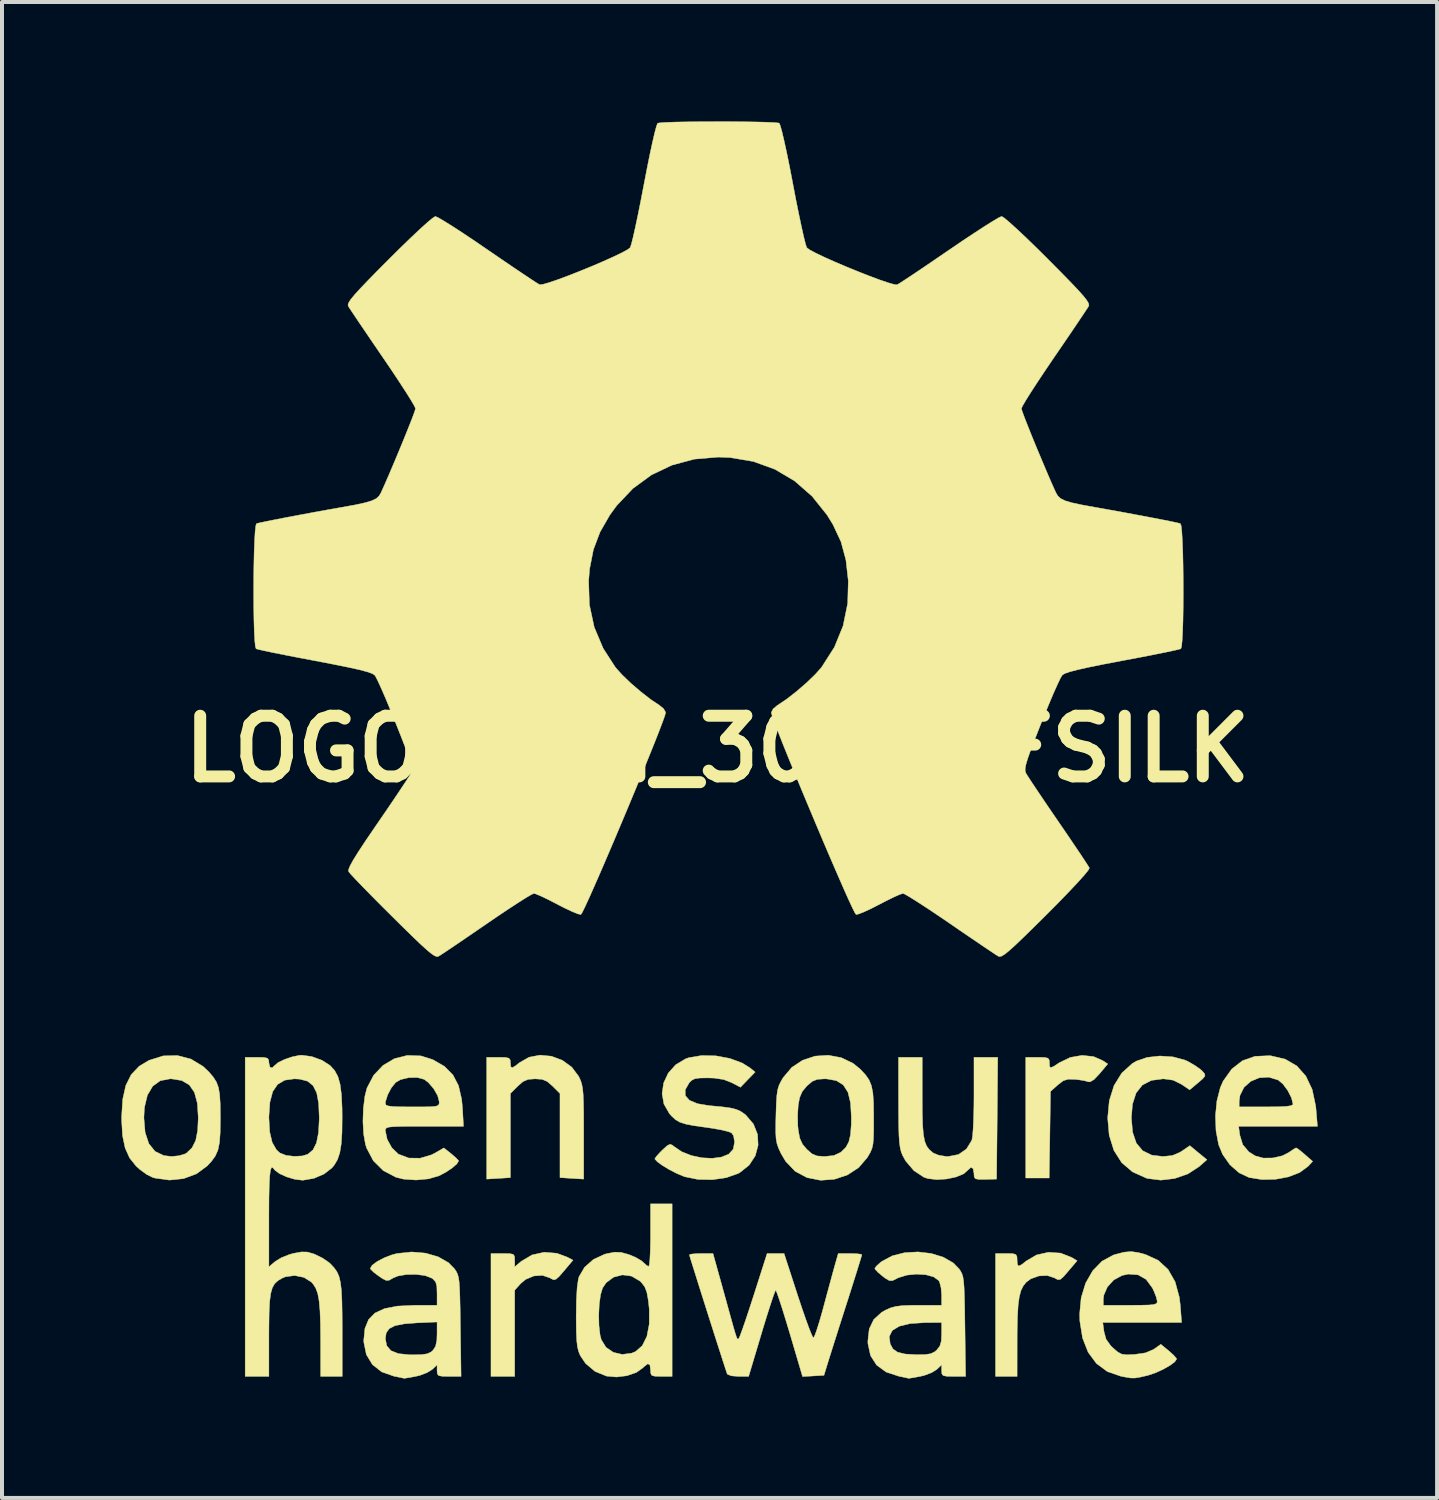
<source format=kicad_pcb>
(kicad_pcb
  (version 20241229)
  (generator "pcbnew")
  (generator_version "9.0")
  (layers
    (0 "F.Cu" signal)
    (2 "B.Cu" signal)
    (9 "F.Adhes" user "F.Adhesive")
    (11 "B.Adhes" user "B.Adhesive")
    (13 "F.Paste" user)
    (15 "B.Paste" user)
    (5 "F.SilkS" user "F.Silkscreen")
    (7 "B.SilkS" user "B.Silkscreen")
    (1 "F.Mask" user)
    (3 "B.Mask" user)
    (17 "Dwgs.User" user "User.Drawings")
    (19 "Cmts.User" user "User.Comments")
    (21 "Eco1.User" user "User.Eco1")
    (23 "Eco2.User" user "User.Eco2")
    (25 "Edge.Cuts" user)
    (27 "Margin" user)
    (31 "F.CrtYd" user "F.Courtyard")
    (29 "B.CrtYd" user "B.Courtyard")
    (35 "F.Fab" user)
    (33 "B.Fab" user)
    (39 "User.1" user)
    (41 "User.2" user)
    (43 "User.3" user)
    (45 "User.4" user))
  (footprint "LOGO_OSH_30MM_FSILK"
    (layer "F.Cu")
    (at 14.969 15.762)
    (property "Reference" "LOGO_OSH_30MM_FSILK" (at 0 0 0) (layer "F.SilkS") (effects (font (size 1.524 1.524) (thickness 0.3))))
    (attr through_hole)
    (fp_poly (pts (xy -4.032 12.667) (xy -3.778 12.761) (xy -3.626 12.84) (xy -3.85 13.106) (xy -3.973 13.248) (xy -4.053 13.319) (xy -4.114 13.333) (xy -4.182 13.301) (xy -4.205 13.286) (xy -4.394 13.222) (xy -4.61 13.237) (xy -4.819 13.325) (xy -4.942 13.429) (xy -5.091 13.595) (xy -5.091 15.76) (xy -5.687 15.76) (xy -5.687 12.673) (xy -5.389 12.673) (xy -5.218 12.676) (xy -5.13 12.693) (xy -5.096 12.741) (xy -5.091 12.834) (xy -5.091 12.84) (xy -5.091 13.007) (xy -4.926 12.869) (xy -4.656 12.709) (xy -4.35 12.641) (xy -4.032 12.667)) (stroke (width 0.01) (type solid)) (fill yes) (layer "F.SilkS"))
    (fp_poly (pts (xy 9.449 7.727) (xy 9.674 7.825) (xy 9.805 7.911) (xy 9.602 8.154) (xy 9.46 8.304) (xy 9.358 8.363) (xy 9.316 8.359) (xy 9.214 8.331) (xy 9.054 8.306) (xy 8.983 8.299) (xy 8.811 8.295) (xy 8.688 8.333) (xy 8.557 8.433) (xy 8.55 8.439) (xy 8.367 8.602) (xy 8.351 9.69) (xy 8.334 10.777) (xy 7.745 10.777) (xy 7.745 7.745) (xy 8.042 7.745) (xy 8.213 7.748) (xy 8.302 7.767) (xy 8.335 7.812) (xy 8.34 7.88) (xy 8.345 7.973) (xy 8.372 8.005) (xy 8.445 7.975) (xy 8.584 7.883) (xy 8.587 7.881) (xy 8.864 7.748) (xy 9.161 7.696) (xy 9.449 7.727)) (stroke (width 0.01) (type solid)) (fill yes) (layer "F.SilkS"))
    (fp_poly (pts (xy 8.621 12.663) (xy 8.891 12.768) (xy 9.036 12.854) (xy 8.817 13.112) (xy 8.696 13.252) (xy 8.618 13.321) (xy 8.556 13.332) (xy 8.487 13.298) (xy 8.468 13.286) (xy 8.291 13.227) (xy 8.078 13.236) (xy 7.874 13.308) (xy 7.76 13.391) (xy 7.683 13.486) (xy 7.625 13.604) (xy 7.583 13.762) (xy 7.554 13.975) (xy 7.538 14.258) (xy 7.53 14.625) (xy 7.529 14.853) (xy 7.528 15.76) (xy 6.986 15.76) (xy 6.986 12.673) (xy 7.257 12.673) (xy 7.417 12.676) (xy 7.497 12.698) (xy 7.525 12.755) (xy 7.528 12.835) (xy 7.536 12.952) (xy 7.571 12.988) (xy 7.653 12.945) (xy 7.753 12.864) (xy 8.015 12.71) (xy 8.315 12.642) (xy 8.621 12.663)) (stroke (width 0.01) (type solid)) (fill yes) (layer "F.SilkS"))
    (fp_poly (pts (xy -4.167 7.718) (xy -3.894 7.82) (xy -3.658 7.991) (xy -3.483 8.225) (xy -3.473 8.246) (xy -3.434 8.332) (xy -3.406 8.422) (xy -3.385 8.533) (xy -3.371 8.681) (xy -3.363 8.882) (xy -3.359 9.153) (xy -3.358 9.511) (xy -3.358 9.644) (xy -3.358 10.804) (xy -3.656 10.786) (xy -3.954 10.767) (xy -3.954 8.654) (xy -4.138 8.47) (xy -4.274 8.352) (xy -4.403 8.298) (xy -4.576 8.286) (xy -4.753 8.299) (xy -4.882 8.354) (xy -5.015 8.47) (xy -5.199 8.654) (xy -5.199 10.767) (xy -5.497 10.786) (xy -5.795 10.804) (xy -5.795 9.275) (xy -5.795 7.745) (xy -5.497 7.745) (xy -5.326 7.748) (xy -5.238 7.767) (xy -5.204 7.812) (xy -5.199 7.88) (xy -5.19 7.981) (xy -5.151 8.006) (xy -5.065 7.955) (xy -4.975 7.882) (xy -4.732 7.743) (xy -4.455 7.69) (xy -4.167 7.718)) (stroke (width 0.01) (type solid)) (fill yes) (layer "F.SilkS"))
    (fp_poly (pts (xy 11.444 7.734) (xy 11.742 7.814) (xy 11.819 7.849) (xy 11.989 7.947) (xy 12.133 8.048) (xy 12.181 8.092) (xy 12.24 8.161) (xy 12.246 8.216) (xy 12.19 8.284) (xy 12.075 8.383) (xy 11.862 8.562) (xy 11.659 8.424) (xy 11.447 8.319) (xy 11.205 8.286) (xy 11.195 8.286) (xy 10.9 8.325) (xy 10.674 8.442) (xy 10.517 8.641) (xy 10.426 8.923) (xy 10.398 9.264) (xy 10.429 9.625) (xy 10.522 9.9) (xy 10.682 10.091) (xy 10.909 10.202) (xy 11.19 10.236) (xy 11.424 10.213) (xy 11.617 10.132) (xy 11.667 10.1) (xy 11.867 9.964) (xy 12.081 10.141) (xy 12.296 10.317) (xy 12.1 10.49) (xy 11.819 10.673) (xy 11.485 10.789) (xy 11.134 10.83) (xy 10.802 10.788) (xy 10.777 10.781) (xy 10.428 10.624) (xy 10.155 10.391) (xy 9.959 10.083) (xy 9.841 9.703) (xy 9.803 9.269) (xy 9.844 8.833) (xy 9.963 8.454) (xy 10.157 8.14) (xy 10.42 7.902) (xy 10.525 7.84) (xy 10.795 7.747) (xy 11.115 7.712) (xy 11.444 7.734)) (stroke (width 0.01) (type solid)) (fill yes) (layer "F.SilkS"))
    (fp_poly (pts (xy 5.145 8.749) (xy 5.147 9.148) (xy 5.156 9.455) (xy 5.175 9.684) (xy 5.207 9.852) (xy 5.255 9.973) (xy 5.323 10.065) (xy 5.413 10.141) (xy 5.428 10.151) (xy 5.558 10.204) (xy 5.739 10.234) (xy 5.799 10.236) (xy 6.055 10.187) (xy 6.257 10.047) (xy 6.391 9.828) (xy 6.409 9.729) (xy 6.424 9.543) (xy 6.435 9.289) (xy 6.443 8.989) (xy 6.445 8.716) (xy 6.445 7.745) (xy 7.042 7.745) (xy 7.028 9.275) (xy 7.013 10.804) (xy 6.729 10.811) (xy 6.564 10.812) (xy 6.479 10.794) (xy 6.449 10.744) (xy 6.445 10.662) (xy 6.423 10.542) (xy 6.371 10.508) (xy 6.306 10.566) (xy 6.187 10.671) (xy 5.994 10.751) (xy 5.758 10.801) (xy 5.513 10.817) (xy 5.29 10.791) (xy 5.188 10.758) (xy 4.936 10.592) (xy 4.729 10.349) (xy 4.652 10.209) (xy 4.617 10.122) (xy 4.592 10.021) (xy 4.573 9.888) (xy 4.561 9.707) (xy 4.554 9.462) (xy 4.551 9.136) (xy 4.55 8.868) (xy 4.549 7.745) (xy 5.145 7.745) (xy 5.145 8.749)) (stroke (width 0.01) (type solid)) (fill yes) (layer "F.SilkS"))
    (fp_poly (pts (xy -13.222 7.789) (xy -12.916 7.975) (xy -12.769 8.115) (xy -12.661 8.243) (xy -12.584 8.364) (xy -12.533 8.5) (xy -12.503 8.674) (xy -12.488 8.906) (xy -12.484 9.219) (xy -12.484 9.315) (xy -12.489 9.645) (xy -12.507 9.89) (xy -12.545 10.074) (xy -12.61 10.223) (xy -12.708 10.358) (xy -12.817 10.475) (xy -13.084 10.672) (xy -13.408 10.792) (xy -13.763 10.829) (xy -14.125 10.779) (xy -14.189 10.76) (xy -14.335 10.687) (xy -14.504 10.564) (xy -14.601 10.477) (xy -14.765 10.271) (xy -14.876 10.023) (xy -14.941 9.715) (xy -14.964 9.328) (xy -14.964 9.261) (xy -14.405 9.261) (xy -14.374 9.631) (xy -14.281 9.913) (xy -14.125 10.107) (xy -13.906 10.213) (xy -13.71 10.236) (xy -13.522 10.217) (xy -13.368 10.17) (xy -13.335 10.151) (xy -13.195 10.017) (xy -13.103 9.833) (xy -13.054 9.582) (xy -13.039 9.261) (xy -13.062 8.898) (xy -13.135 8.626) (xy -13.264 8.439) (xy -13.453 8.328) (xy -13.707 8.287) (xy -13.749 8.286) (xy -13.994 8.333) (xy -14.184 8.471) (xy -14.317 8.697) (xy -14.391 9.006) (xy -14.405 9.261) (xy -14.964 9.261) (xy -14.964 9.234) (xy -14.937 8.8) (xy -14.859 8.452) (xy -14.723 8.179) (xy -14.524 7.969) (xy -14.277 7.821) (xy -13.92 7.709) (xy -13.563 7.7) (xy -13.222 7.789)) (stroke (width 0.01) (type solid)) (fill yes) (layer "F.SilkS"))
    (fp_poly (pts (xy 13.907 7.708) (xy 14.263 7.792) (xy 14.555 7.962) (xy 14.781 8.217) (xy 14.94 8.553) (xy 15.028 8.968) (xy 15.037 9.058) (xy 15.072 9.478) (xy 13.092 9.478) (xy 13.122 9.698) (xy 13.195 9.938) (xy 13.35 10.12) (xy 13.508 10.22) (xy 13.71 10.276) (xy 13.954 10.273) (xy 14.192 10.218) (xy 14.353 10.135) (xy 14.464 10.059) (xy 14.532 10.02) (xy 14.537 10.019) (xy 14.591 10.052) (xy 14.695 10.135) (xy 14.758 10.189) (xy 14.952 10.359) (xy 14.833 10.487) (xy 14.625 10.639) (xy 14.344 10.748) (xy 14.019 10.809) (xy 13.678 10.816) (xy 13.357 10.765) (xy 13.105 10.647) (xy 12.875 10.446) (xy 12.691 10.185) (xy 12.59 9.941) (xy 12.524 9.591) (xy 12.51 9.212) (xy 12.546 8.85) (xy 13.106 8.85) (xy 13.106 8.99) (xy 13.783 8.99) (xy 14.083 8.987) (xy 14.287 8.978) (xy 14.407 8.96) (xy 14.456 8.933) (xy 14.459 8.922) (xy 14.42 8.764) (xy 14.327 8.58) (xy 14.205 8.416) (xy 14.088 8.317) (xy 13.849 8.244) (xy 13.611 8.259) (xy 13.397 8.348) (xy 13.227 8.5) (xy 13.126 8.703) (xy 13.106 8.85) (xy 12.546 8.85) (xy 12.547 8.838) (xy 12.632 8.506) (xy 12.704 8.342) (xy 12.92 8.039) (xy 13.187 7.831) (xy 13.503 7.72) (xy 13.871 7.704) (xy 13.907 7.708)) (stroke (width 0.01) (type solid)) (fill yes) (layer "F.SilkS"))
    (fp_poly (pts (xy 10.575 12.65) (xy 10.756 12.699) (xy 11.073 12.845) (xy 11.32 13.073) (xy 11.497 13.383) (xy 11.603 13.771) (xy 11.627 13.974) (xy 11.66 14.406) (xy 9.68 14.406) (xy 9.711 14.636) (xy 9.763 14.826) (xy 9.878 14.987) (xy 9.94 15.048) (xy 10.058 15.149) (xy 10.157 15.201) (xy 10.28 15.217) (xy 10.469 15.209) (xy 10.474 15.209) (xy 10.754 15.168) (xy 10.955 15.083) (xy 10.974 15.07) (xy 11.138 14.953) (xy 11.337 15.117) (xy 11.454 15.221) (xy 11.525 15.301) (xy 11.536 15.323) (xy 11.489 15.394) (xy 11.367 15.485) (xy 11.196 15.582) (xy 11.004 15.67) (xy 10.816 15.733) (xy 10.791 15.739) (xy 10.608 15.781) (xy 10.486 15.801) (xy 10.378 15.799) (xy 10.24 15.776) (xy 10.132 15.755) (xy 9.796 15.639) (xy 9.521 15.436) (xy 9.312 15.153) (xy 9.172 14.796) (xy 9.104 14.371) (xy 9.099 14.191) (xy 9.134 13.818) (xy 9.694 13.818) (xy 9.694 13.973) (xy 10.371 13.973) (xy 10.653 13.971) (xy 10.845 13.966) (xy 10.962 13.954) (xy 11.024 13.932) (xy 11.046 13.899) (xy 11.048 13.876) (xy 11.025 13.772) (xy 10.965 13.619) (xy 10.926 13.537) (xy 10.769 13.324) (xy 10.565 13.208) (xy 10.318 13.19) (xy 10.16 13.226) (xy 9.955 13.338) (xy 9.795 13.514) (xy 9.705 13.722) (xy 9.694 13.818) (xy 9.134 13.818) (xy 9.138 13.781) (xy 9.25 13.415) (xy 9.428 13.105) (xy 9.661 12.866) (xy 9.943 12.713) (xy 9.987 12.698) (xy 10.212 12.64) (xy 10.39 12.624) (xy 10.575 12.65)) (stroke (width 0.01) (type solid)) (fill yes) (layer "F.SilkS"))
    (fp_poly (pts (xy -1.137 15.76) (xy -1.408 15.76) (xy -1.568 15.756) (xy -1.648 15.735) (xy -1.676 15.678) (xy -1.679 15.597) (xy -1.695 15.47) (xy -1.749 15.444) (xy -1.844 15.517) (xy -1.867 15.541) (xy -2.037 15.662) (xy -2.273 15.743) (xy -2.537 15.775) (xy -2.786 15.752) (xy -3.074 15.634) (xy -3.312 15.433) (xy -3.445 15.235) (xy -3.486 15.134) (xy -3.515 15.016) (xy -3.533 14.858) (xy -3.543 14.64) (xy -3.547 14.34) (xy -3.547 14.243) (xy -3.546 14.214) (xy -2.98 14.214) (xy -2.974 14.485) (xy -2.947 14.72) (xy -2.917 14.836) (xy -2.798 15.029) (xy -2.613 15.156) (xy -2.389 15.208) (xy -2.152 15.176) (xy -2.056 15.136) (xy -1.887 14.989) (xy -1.771 14.756) (xy -1.712 14.448) (xy -1.711 14.073) (xy -1.734 13.857) (xy -1.772 13.646) (xy -1.827 13.505) (xy -1.914 13.395) (xy -1.948 13.363) (xy -2.157 13.241) (xy -2.386 13.21) (xy -2.607 13.268) (xy -2.794 13.407) (xy -2.884 13.54) (xy -2.934 13.706) (xy -2.967 13.942) (xy -2.98 14.214) (xy -3.546 14.214) (xy -3.541 13.843) (xy -3.523 13.533) (xy -3.493 13.32) (xy -3.476 13.258) (xy -3.337 13.019) (xy -3.116 12.824) (xy -2.836 12.693) (xy -2.77 12.675) (xy -2.576 12.639) (xy -2.416 12.646) (xy -2.229 12.697) (xy -2.054 12.77) (xy -1.911 12.853) (xy -1.866 12.892) (xy -1.779 12.971) (xy -1.725 12.998) (xy -1.708 12.947) (xy -1.695 12.807) (xy -1.685 12.596) (xy -1.679 12.334) (xy -1.679 12.213) (xy -1.679 11.427) (xy -1.137 11.427) (xy -1.137 15.76)) (stroke (width 0.01) (type solid)) (fill yes) (layer "F.SilkS"))
    (fp_poly (pts (xy 3.109 7.753) (xy 3.41 7.897) (xy 3.593 8.047) (xy 3.72 8.184) (xy 3.81 8.314) (xy 3.869 8.458) (xy 3.905 8.64) (xy 3.922 8.881) (xy 3.926 9.204) (xy 3.926 9.265) (xy 3.926 9.562) (xy 3.921 9.773) (xy 3.908 9.923) (xy 3.883 10.034) (xy 3.842 10.13) (xy 3.782 10.234) (xy 3.763 10.265) (xy 3.547 10.517) (xy 3.264 10.701) (xy 2.938 10.809) (xy 2.592 10.834) (xy 2.251 10.767) (xy 2.248 10.766) (xy 1.952 10.607) (xy 1.714 10.357) (xy 1.597 10.159) (xy 1.537 10.029) (xy 1.497 9.914) (xy 1.474 9.789) (xy 1.465 9.627) (xy 1.466 9.401) (xy 1.471 9.197) (xy 2.015 9.197) (xy 2.02 9.463) (xy 2.03 9.569) (xy 2.069 9.778) (xy 2.138 9.928) (xy 2.247 10.057) (xy 2.377 10.17) (xy 2.502 10.222) (xy 2.675 10.236) (xy 2.695 10.236) (xy 2.924 10.212) (xy 3.093 10.134) (xy 3.111 10.12) (xy 3.225 10.009) (xy 3.3 9.873) (xy 3.344 9.689) (xy 3.363 9.433) (xy 3.365 9.252) (xy 3.345 8.892) (xy 3.28 8.624) (xy 3.163 8.44) (xy 2.99 8.331) (xy 2.753 8.288) (xy 2.69 8.286) (xy 2.51 8.298) (xy 2.383 8.349) (xy 2.252 8.46) (xy 2.247 8.465) (xy 2.132 8.604) (xy 2.066 8.756) (xy 2.03 8.952) (xy 2.015 9.197) (xy 1.471 9.197) (xy 1.471 9.193) (xy 1.48 8.908) (xy 1.493 8.705) (xy 1.514 8.56) (xy 1.549 8.447) (xy 1.602 8.34) (xy 1.652 8.255) (xy 1.868 7.999) (xy 2.142 7.818) (xy 2.454 7.715) (xy 2.784 7.693) (xy 3.109 7.753)) (stroke (width 0.01) (type solid)) (fill yes) (layer "F.SilkS"))
    (fp_poly (pts (xy -7.448 7.709) (xy -7.149 7.803) (xy -6.856 7.972) (xy -6.644 8.185) (xy -6.502 8.456) (xy -6.423 8.801) (xy -6.402 9.031) (xy -6.377 9.478) (xy -7.359 9.478) (xy -7.707 9.478) (xy -7.961 9.481) (xy -8.136 9.487) (xy -8.247 9.498) (xy -8.308 9.517) (xy -8.334 9.544) (xy -8.34 9.582) (xy -8.34 9.588) (xy -8.295 9.804) (xy -8.179 10.015) (xy -8.018 10.172) (xy -8.005 10.18) (xy -7.751 10.275) (xy -7.466 10.279) (xy -7.18 10.194) (xy -7.104 10.155) (xy -6.87 10.021) (xy -6.684 10.169) (xy -6.572 10.265) (xy -6.506 10.334) (xy -6.499 10.348) (xy -6.543 10.421) (xy -6.657 10.521) (xy -6.814 10.627) (xy -6.986 10.719) (xy -7.255 10.798) (xy -7.57 10.827) (xy -7.882 10.805) (xy -8.074 10.758) (xy -8.395 10.589) (xy -8.643 10.342) (xy -8.81 10.025) (xy -8.838 9.939) (xy -8.885 9.677) (xy -8.903 9.359) (xy -8.892 9.026) (xy -8.877 8.907) (xy -8.34 8.907) (xy -8.325 8.942) (xy -8.27 8.966) (xy -8.156 8.981) (xy -7.97 8.988) (xy -7.692 8.99) (xy -7.663 8.99) (xy -7.383 8.99) (xy -7.193 8.986) (xy -7.076 8.975) (xy -7.015 8.954) (xy -6.991 8.92) (xy -6.986 8.869) (xy -6.986 8.863) (xy -7.026 8.708) (xy -7.127 8.532) (xy -7.261 8.377) (xy -7.367 8.298) (xy -7.542 8.252) (xy -7.756 8.256) (xy -7.958 8.305) (xy -8.079 8.375) (xy -8.188 8.509) (xy -8.282 8.687) (xy -8.336 8.857) (xy -8.34 8.907) (xy -8.877 8.907) (xy -8.854 8.721) (xy -8.801 8.515) (xy -8.633 8.195) (xy -8.397 7.947) (xy -8.11 7.778) (xy -7.788 7.697) (xy -7.448 7.709)) (stroke (width 0.01) (type solid)) (fill yes) (layer "F.SilkS"))
    (fp_poly (pts (xy -0.04 7.708) (xy 0.311 7.773) (xy 0.625 7.889) (xy 0.824 8.014) (xy 0.948 8.116) (xy 0.764 8.306) (xy 0.58 8.497) (xy 0.358 8.381) (xy 0.158 8.303) (xy -0.082 8.267) (xy -0.235 8.262) (xy -0.439 8.265) (xy -0.567 8.283) (xy -0.65 8.326) (xy -0.709 8.387) (xy -0.808 8.561) (xy -0.805 8.708) (xy -0.7 8.826) (xy -0.498 8.91) (xy -0.199 8.96) (xy -0.181 8.961) (xy 0.111 8.988) (xy 0.32 9.016) (xy 0.467 9.051) (xy 0.579 9.099) (xy 0.677 9.166) (xy 0.713 9.195) (xy 0.906 9.421) (xy 1.009 9.68) (xy 1.023 9.953) (xy 0.952 10.218) (xy 0.797 10.454) (xy 0.562 10.641) (xy 0.524 10.662) (xy 0.225 10.768) (xy -0.126 10.819) (xy -0.488 10.812) (xy -0.818 10.745) (xy -0.85 10.734) (xy -1.025 10.66) (xy -1.21 10.564) (xy -1.38 10.462) (xy -1.508 10.369) (xy -1.569 10.302) (xy -1.571 10.293) (xy -1.535 10.238) (xy -1.444 10.137) (xy -1.382 10.075) (xy -1.266 9.968) (xy -1.193 9.929) (xy -1.134 9.949) (xy -1.097 9.98) (xy -0.895 10.117) (xy -0.651 10.213) (xy -0.388 10.269) (xy -0.129 10.282) (xy 0.103 10.251) (xy 0.285 10.177) (xy 0.394 10.057) (xy 0.4 10.044) (xy 0.432 9.871) (xy 0.406 9.717) (xy 0.356 9.643) (xy 0.272 9.61) (xy 0.107 9.57) (xy -0.113 9.53) (xy -0.292 9.504) (xy -0.586 9.463) (xy -0.796 9.422) (xy -0.945 9.374) (xy -1.056 9.309) (xy -1.153 9.218) (xy -1.206 9.158) (xy -1.343 8.919) (xy -1.389 8.656) (xy -1.35 8.39) (xy -1.235 8.143) (xy -1.05 7.934) (xy -0.803 7.785) (xy -0.719 7.755) (xy -0.395 7.7) (xy -0.04 7.708)) (stroke (width 0.01) (type solid)) (fill yes) (layer "F.SilkS"))
    (fp_poly (pts (xy -7.329 12.664) (xy -7.012 12.756) (xy -6.753 12.904) (xy -6.602 13.059) (xy -6.561 13.12) (xy -6.529 13.184) (xy -6.505 13.264) (xy -6.488 13.376) (xy -6.476 13.534) (xy -6.468 13.754) (xy -6.461 14.05) (xy -6.456 14.437) (xy -6.455 14.501) (xy -6.438 15.76) (xy -6.739 15.76) (xy -6.911 15.757) (xy -7.001 15.739) (xy -7.035 15.694) (xy -7.041 15.615) (xy -7.041 15.47) (xy -7.165 15.587) (xy -7.291 15.665) (xy -7.473 15.734) (xy -7.579 15.759) (xy -7.739 15.789) (xy -7.847 15.806) (xy -7.874 15.808) (xy -7.925 15.795) (xy -8.049 15.769) (xy -8.124 15.755) (xy -8.431 15.647) (xy -8.665 15.463) (xy -8.817 15.213) (xy -8.88 14.905) (xy -8.882 14.845) (xy -8.878 14.809) (xy -8.34 14.809) (xy -8.306 14.989) (xy -8.199 15.114) (xy -8.01 15.188) (xy -7.73 15.217) (xy -7.656 15.218) (xy -7.434 15.213) (xy -7.29 15.192) (xy -7.195 15.149) (xy -7.149 15.11) (xy -7.08 15.008) (xy -7.047 14.86) (xy -7.041 14.697) (xy -7.041 14.393) (xy -7.547 14.415) (xy -7.868 14.44) (xy -8.095 14.485) (xy -8.241 14.559) (xy -8.318 14.666) (xy -8.34 14.809) (xy -8.878 14.809) (xy -8.853 14.556) (xy -8.762 14.333) (xy -8.601 14.168) (xy -8.362 14.057) (xy -8.037 13.994) (xy -7.623 13.974) (xy -7.041 13.973) (xy -7.041 13.676) (xy -7.047 13.496) (xy -7.076 13.388) (xy -7.14 13.316) (xy -7.177 13.29) (xy -7.342 13.227) (xy -7.568 13.198) (xy -7.81 13.201) (xy -8.026 13.238) (xy -8.149 13.29) (xy -8.242 13.344) (xy -8.316 13.351) (xy -8.41 13.304) (xy -8.507 13.238) (xy -8.632 13.144) (xy -8.708 13.069) (xy -8.719 13.047) (xy -8.672 12.968) (xy -8.547 12.875) (xy -8.373 12.783) (xy -8.176 12.707) (xy -8.047 12.673) (xy -7.681 12.634) (xy -7.329 12.664)) (stroke (width 0.01) (type solid)) (fill yes) (layer "F.SilkS"))
    (fp_poly (pts (xy 5.37 12.672) (xy 5.674 12.765) (xy 5.926 12.91) (xy 6.071 13.059) (xy 6.112 13.12) (xy 6.144 13.184) (xy 6.168 13.264) (xy 6.185 13.376) (xy 6.197 13.534) (xy 6.205 13.754) (xy 6.212 14.05) (xy 6.217 14.437) (xy 6.218 14.501) (xy 6.235 15.76) (xy 5.934 15.76) (xy 5.762 15.757) (xy 5.672 15.739) (xy 5.638 15.694) (xy 5.632 15.615) (xy 5.632 15.47) (xy 5.508 15.587) (xy 5.382 15.665) (xy 5.2 15.734) (xy 5.094 15.759) (xy 4.934 15.789) (xy 4.826 15.806) (xy 4.799 15.808) (xy 4.748 15.795) (xy 4.625 15.769) (xy 4.562 15.757) (xy 4.239 15.651) (xy 4 15.477) (xy 3.847 15.239) (xy 3.782 14.939) (xy 3.78 14.874) (xy 3.792 14.758) (xy 4.317 14.758) (xy 4.341 14.947) (xy 4.411 15.072) (xy 4.529 15.153) (xy 4.716 15.198) (xy 4.988 15.214) (xy 5.006 15.215) (xy 5.22 15.211) (xy 5.359 15.19) (xy 5.456 15.143) (xy 5.507 15.101) (xy 5.586 15.002) (xy 5.624 14.873) (xy 5.632 14.694) (xy 5.632 14.406) (xy 5.213 14.409) (xy 4.84 14.433) (xy 4.567 14.5) (xy 4.392 14.608) (xy 4.317 14.758) (xy 3.792 14.758) (xy 3.814 14.568) (xy 3.927 14.331) (xy 4.126 14.15) (xy 4.223 14.095) (xy 4.351 14.038) (xy 4.483 14.002) (xy 4.649 13.982) (xy 4.877 13.974) (xy 5.048 13.973) (xy 5.632 13.973) (xy 5.632 13.712) (xy 5.618 13.536) (xy 5.582 13.394) (xy 5.562 13.355) (xy 5.434 13.261) (xy 5.236 13.206) (xy 5 13.191) (xy 4.758 13.216) (xy 4.541 13.283) (xy 4.488 13.311) (xy 4.393 13.356) (xy 4.316 13.352) (xy 4.213 13.291) (xy 4.15 13.243) (xy 4.032 13.144) (xy 3.962 13.068) (xy 3.954 13.048) (xy 3.993 12.99) (xy 4.092 12.901) (xy 4.13 12.872) (xy 4.393 12.731) (xy 4.704 12.652) (xy 5.038 12.633) (xy 5.37 12.672)) (stroke (width 0.01) (type solid)) (fill yes) (layer "F.SilkS"))
    (fp_poly (pts (xy -0.031 12.957) (xy 0.014 13.12) (xy 0.08 13.356) (xy 0.157 13.634) (xy 0.238 13.925) (xy 0.243 13.946) (xy 0.334 14.274) (xy 0.4 14.511) (xy 0.447 14.671) (xy 0.479 14.768) (xy 0.5 14.815) (xy 0.516 14.825) (xy 0.531 14.814) (xy 0.54 14.804) (xy 0.569 14.74) (xy 0.624 14.59) (xy 0.701 14.369) (xy 0.793 14.093) (xy 0.895 13.779) (xy 0.916 13.715) (xy 1.249 12.673) (xy 1.675 12.673) (xy 2.019 13.732) (xy 2.125 14.05) (xy 2.222 14.33) (xy 2.305 14.557) (xy 2.368 14.714) (xy 2.406 14.788) (xy 2.411 14.791) (xy 2.442 14.742) (xy 2.492 14.606) (xy 2.557 14.401) (xy 2.631 14.146) (xy 2.666 14.016) (xy 2.747 13.714) (xy 2.826 13.424) (xy 2.894 13.174) (xy 2.944 12.992) (xy 2.954 12.957) (xy 3.036 12.673) (xy 3.332 12.673) (xy 3.495 12.678) (xy 3.603 12.691) (xy 3.629 12.704) (xy 3.613 12.762) (xy 3.568 12.909) (xy 3.5 13.129) (xy 3.412 13.408) (xy 3.31 13.73) (xy 3.244 13.936) (xy 3.128 14.298) (xy 3.018 14.643) (xy 2.92 14.952) (xy 2.84 15.206) (xy 2.784 15.384) (xy 2.768 15.435) (xy 2.677 15.733) (xy 2.139 15.764) (xy 1.819 14.679) (xy 1.721 14.355) (xy 1.633 14.07) (xy 1.558 13.839) (xy 1.502 13.677) (xy 1.47 13.598) (xy 1.465 13.594) (xy 1.441 13.643) (xy 1.391 13.781) (xy 1.321 13.993) (xy 1.235 14.263) (xy 1.139 14.576) (xy 1.109 14.677) (xy 0.785 15.76) (xy 0.526 15.76) (xy 0.352 15.746) (xy 0.255 15.708) (xy 0.244 15.692) (xy 0.206 15.578) (xy 0.144 15.387) (xy 0.063 15.135) (xy -0.033 14.837) (xy -0.137 14.51) (xy -0.246 14.169) (xy -0.353 13.83) (xy -0.455 13.508) (xy -0.545 13.22) (xy -0.62 12.982) (xy -0.674 12.809) (xy -0.701 12.716) (xy -0.704 12.705) (xy -0.655 12.688) (xy -0.529 12.676) (xy -0.408 12.673) (xy -0.111 12.673) (xy -0.031 12.957)) (stroke (width 0.01) (type solid)) (fill yes) (layer "F.SilkS"))
    (fp_poly (pts (xy -10.188 7.726) (xy -9.933 7.819) (xy -9.729 7.95) (xy -9.616 8.073) (xy -9.533 8.225) (xy -9.477 8.421) (xy -9.443 8.681) (xy -9.427 9.021) (xy -9.425 9.249) (xy -9.429 9.629) (xy -9.448 9.921) (xy -9.484 10.142) (xy -9.541 10.313) (xy -9.623 10.452) (xy -9.683 10.524) (xy -9.879 10.676) (xy -10.134 10.785) (xy -10.4 10.831) (xy -10.425 10.832) (xy -10.614 10.809) (xy -10.817 10.749) (xy -10.997 10.668) (xy -11.115 10.58) (xy -11.129 10.562) (xy -11.17 10.512) (xy -11.203 10.518) (xy -11.227 10.588) (xy -11.245 10.731) (xy -11.256 10.955) (xy -11.263 11.27) (xy -11.265 11.682) (xy -11.265 11.757) (xy -11.265 13.007) (xy -11.103 12.871) (xy -10.955 12.78) (xy -10.756 12.7) (xy -10.645 12.669) (xy -10.452 12.634) (xy -10.307 12.635) (xy -10.155 12.677) (xy -10.107 12.695) (xy -9.923 12.785) (xy -9.757 12.898) (xy -9.718 12.933) (xy -9.627 13.031) (xy -9.556 13.131) (xy -9.504 13.248) (xy -9.468 13.398) (xy -9.444 13.596) (xy -9.431 13.858) (xy -9.425 14.199) (xy -9.423 14.594) (xy -9.423 15.76) (xy -9.965 15.76) (xy -9.966 14.853) (xy -9.97 14.435) (xy -9.982 14.111) (xy -10.004 13.864) (xy -10.038 13.679) (xy -10.088 13.543) (xy -10.155 13.438) (xy -10.197 13.391) (xy -10.385 13.273) (xy -10.618 13.226) (xy -10.851 13.258) (xy -10.93 13.291) (xy -11.038 13.355) (xy -11.12 13.431) (xy -11.179 13.534) (xy -11.22 13.68) (xy -11.246 13.881) (xy -11.259 14.155) (xy -11.264 14.514) (xy -11.265 14.728) (xy -11.265 15.76) (xy -11.861 15.76) (xy -11.861 9.261) (xy -11.265 9.261) (xy -11.245 9.617) (xy -11.182 9.883) (xy -11.074 10.07) (xy -10.988 10.148) (xy -10.835 10.208) (xy -10.631 10.233) (xy -10.426 10.222) (xy -10.287 10.18) (xy -10.157 10.069) (xy -10.069 9.892) (xy -10.018 9.635) (xy -10 9.288) (xy -10 9.261) (xy -10.015 8.903) (xy -10.064 8.638) (xy -10.155 8.456) (xy -10.295 8.344) (xy -10.492 8.293) (xy -10.626 8.286) (xy -10.866 8.319) (xy -11.045 8.424) (xy -11.169 8.606) (xy -11.24 8.874) (xy -11.265 9.234) (xy -11.265 9.261) (xy -11.861 9.261) (xy -11.861 7.745) (xy -11.563 7.745) (xy -11.392 7.748) (xy -11.303 7.767) (xy -11.27 7.812) (xy -11.265 7.88) (xy -11.241 7.989) (xy -11.184 8.012) (xy -11.126 7.956) (xy -11.035 7.878) (xy -10.875 7.8) (xy -10.684 7.734) (xy -10.501 7.696) (xy -10.437 7.692) (xy -10.188 7.726)) (stroke (width 0.01) (type solid)) (fill yes) (layer "F.SilkS"))
    (fp_poly (pts (xy 0.302 -15.757) (xy 0.645 -15.754) (xy 0.957 -15.749) (xy 1.22 -15.743) (xy 1.419 -15.734) (xy 1.534 -15.723) (xy 1.554 -15.717) (xy 1.58 -15.655) (xy 1.623 -15.5) (xy 1.678 -15.267) (xy 1.743 -14.969) (xy 1.814 -14.621) (xy 1.888 -14.236) (xy 1.897 -14.188) (xy 1.972 -13.795) (xy 2.045 -13.434) (xy 2.112 -13.118) (xy 2.169 -12.863) (xy 2.214 -12.684) (xy 2.243 -12.595) (xy 2.245 -12.592) (xy 2.315 -12.539) (xy 2.467 -12.457) (xy 2.683 -12.354) (xy 2.945 -12.237) (xy 3.234 -12.114) (xy 3.532 -11.992) (xy 3.82 -11.879) (xy 4.081 -11.781) (xy 4.297 -11.708) (xy 4.448 -11.666) (xy 4.514 -11.66) (xy 4.579 -11.698) (xy 4.72 -11.79) (xy 4.926 -11.926) (xy 5.183 -12.099) (xy 5.48 -12.301) (xy 5.804 -12.523) (xy 5.822 -12.534) (xy 6.147 -12.756) (xy 6.447 -12.955) (xy 6.708 -13.125) (xy 6.919 -13.257) (xy 7.067 -13.344) (xy 7.139 -13.377) (xy 7.141 -13.377) (xy 7.202 -13.34) (xy 7.328 -13.235) (xy 7.508 -13.072) (xy 7.733 -12.862) (xy 7.99 -12.613) (xy 8.27 -12.336) (xy 8.306 -12.299) (xy 8.625 -11.978) (xy 8.874 -11.723) (xy 9.061 -11.526) (xy 9.192 -11.379) (xy 9.276 -11.273) (xy 9.32 -11.199) (xy 9.332 -11.149) (xy 9.325 -11.121) (xy 9.28 -11.051) (xy 9.183 -10.905) (xy 9.042 -10.695) (xy 8.866 -10.434) (xy 8.663 -10.136) (xy 8.453 -9.83) (xy 8.236 -9.509) (xy 8.04 -9.215) (xy 7.874 -8.959) (xy 7.746 -8.755) (xy 7.664 -8.614) (xy 7.636 -8.551) (xy 7.656 -8.481) (xy 7.712 -8.329) (xy 7.796 -8.114) (xy 7.901 -7.852) (xy 8.02 -7.561) (xy 8.146 -7.261) (xy 8.27 -6.967) (xy 8.386 -6.698) (xy 8.487 -6.472) (xy 8.504 -6.435) (xy 8.552 -6.354) (xy 8.623 -6.289) (xy 8.734 -6.235) (xy 8.901 -6.185) (xy 9.142 -6.133) (xy 9.473 -6.073) (xy 9.478 -6.072) (xy 9.825 -6.01) (xy 10.185 -5.945) (xy 10.539 -5.879) (xy 10.872 -5.816) (xy 11.164 -5.76) (xy 11.4 -5.713) (xy 11.562 -5.678) (xy 11.63 -5.661) (xy 11.65 -5.602) (xy 11.666 -5.451) (xy 11.679 -5.226) (xy 11.69 -4.942) (xy 11.697 -4.617) (xy 11.701 -4.266) (xy 11.702 -3.908) (xy 11.7 -3.558) (xy 11.695 -3.232) (xy 11.686 -2.949) (xy 11.674 -2.724) (xy 11.659 -2.574) (xy 11.641 -2.517) (xy 11.575 -2.498) (xy 11.416 -2.462) (xy 11.18 -2.413) (xy 10.881 -2.353) (xy 10.534 -2.286) (xy 10.168 -2.217) (xy 9.699 -2.128) (xy 9.329 -2.053) (xy 9.049 -1.99) (xy 8.85 -1.938) (xy 8.724 -1.894) (xy 8.663 -1.856) (xy 8.617 -1.779) (xy 8.54 -1.617) (xy 8.437 -1.386) (xy 8.317 -1.102) (xy 8.186 -0.781) (xy 8.129 -0.639) (xy 7.983 -0.268) (xy 7.874 0.016) (xy 7.799 0.227) (xy 7.753 0.378) (xy 7.732 0.482) (xy 7.731 0.553) (xy 7.748 0.605) (xy 7.749 0.607) (xy 7.797 0.685) (xy 7.897 0.839) (xy 8.04 1.053) (xy 8.217 1.316) (xy 8.418 1.611) (xy 8.565 1.826) (xy 8.775 2.132) (xy 8.964 2.412) (xy 9.125 2.65) (xy 9.247 2.836) (xy 9.323 2.954) (xy 9.344 2.991) (xy 9.314 3.048) (xy 9.214 3.171) (xy 9.051 3.352) (xy 8.834 3.583) (xy 8.57 3.856) (xy 8.267 4.161) (xy 8.266 4.162) (xy 7.939 4.486) (xy 7.68 4.739) (xy 7.48 4.93) (xy 7.329 5.066) (xy 7.22 5.154) (xy 7.144 5.201) (xy 7.091 5.216) (xy 7.06 5.208) (xy 6.988 5.164) (xy 6.842 5.066) (xy 6.632 4.925) (xy 6.375 4.75) (xy 6.081 4.55) (xy 5.85 4.391) (xy 5.542 4.181) (xy 5.26 3.993) (xy 5.018 3.836) (xy 4.828 3.717) (xy 4.705 3.646) (xy 4.663 3.629) (xy 4.585 3.653) (xy 4.436 3.719) (xy 4.239 3.816) (xy 4.073 3.902) (xy 3.856 4.013) (xy 3.669 4.099) (xy 3.535 4.15) (xy 3.484 4.159) (xy 3.45 4.108) (xy 3.381 3.968) (xy 3.28 3.751) (xy 3.154 3.468) (xy 3.007 3.131) (xy 2.843 2.752) (xy 2.667 2.341) (xy 2.486 1.912) (xy 2.302 1.474) (xy 2.121 1.041) (xy 1.949 0.623) (xy 1.789 0.232) (xy 1.647 -0.12) (xy 1.528 -0.423) (xy 1.436 -0.663) (xy 1.376 -0.83) (xy 1.354 -0.912) (xy 1.354 -0.914) (xy 1.397 -1.002) (xy 1.502 -1.093) (xy 1.514 -1.1) (xy 1.738 -1.25) (xy 1.991 -1.447) (xy 2.243 -1.665) (xy 2.463 -1.878) (xy 2.616 -2.051) (xy 2.939 -2.556) (xy 3.157 -3.091) (xy 3.273 -3.658) (xy 3.288 -4.224) (xy 3.229 -4.744) (xy 3.105 -5.204) (xy 2.903 -5.636) (xy 2.755 -5.877) (xy 2.378 -6.348) (xy 1.94 -6.731) (xy 1.448 -7.023) (xy 0.906 -7.22) (xy 0.322 -7.319) (xy 0.027 -7.331) (xy -0.576 -7.28) (xy -1.139 -7.129) (xy -1.656 -6.883) (xy -2.121 -6.543) (xy -2.528 -6.114) (xy -2.701 -5.877) (xy -2.949 -5.445) (xy -3.115 -5.004) (xy -3.209 -4.522) (xy -3.234 -4.224) (xy -3.215 -3.625) (xy -3.094 -3.06) (xy -2.869 -2.527) (xy -2.562 -2.051) (xy -2.4 -1.869) (xy -2.178 -1.655) (xy -1.925 -1.438) (xy -1.673 -1.242) (xy -1.46 -1.1) (xy -1.351 -1.011) (xy -1.3 -0.921) (xy -1.3 -0.914) (xy -1.32 -0.836) (xy -1.378 -0.674) (xy -1.468 -0.437) (xy -1.586 -0.138) (xy -1.727 0.212) (xy -1.886 0.601) (xy -2.058 1.018) (xy -2.238 1.451) (xy -2.422 1.889) (xy -2.604 2.319) (xy -2.78 2.731) (xy -2.944 3.112) (xy -3.093 3.451) (xy -3.22 3.737) (xy -3.322 3.958) (xy -3.393 4.103) (xy -3.429 4.159) (xy -3.429 4.159) (xy -3.507 4.142) (xy -3.656 4.081) (xy -3.852 3.988) (xy -4.019 3.902) (xy -4.237 3.789) (xy -4.424 3.699) (xy -4.558 3.643) (xy -4.609 3.629) (xy -4.674 3.658) (xy -4.814 3.741) (xy -5.017 3.87) (xy -5.27 4.035) (xy -5.559 4.229) (xy -5.796 4.391) (xy -6.107 4.604) (xy -6.392 4.799) (xy -6.638 4.966) (xy -6.832 5.096) (xy -6.961 5.181) (xy -7.005 5.208) (xy -7.045 5.216) (xy -7.101 5.196) (xy -7.183 5.142) (xy -7.3 5.045) (xy -7.461 4.899) (xy -7.673 4.695) (xy -7.947 4.427) (xy -8.16 4.216) (xy -8.44 3.937) (xy -8.695 3.68) (xy -8.915 3.455) (xy -9.09 3.273) (xy -9.209 3.145) (xy -9.262 3.082) (xy -9.263 3.081) (xy -9.264 3.03) (xy -9.226 2.935) (xy -9.146 2.789) (xy -9.017 2.582) (xy -8.836 2.307) (xy -8.596 1.955) (xy -8.551 1.889) (xy -8.336 1.576) (xy -8.138 1.284) (xy -7.967 1.029) (xy -7.831 0.825) (xy -7.741 0.685) (xy -7.71 0.633) (xy -7.686 0.58) (xy -7.675 0.521) (xy -7.681 0.443) (xy -7.708 0.332) (xy -7.76 0.174) (xy -7.842 -0.046) (xy -7.956 -0.34) (xy -8.075 -0.639) (xy -8.209 -0.971) (xy -8.334 -1.272) (xy -8.445 -1.527) (xy -8.534 -1.72) (xy -8.594 -1.835) (xy -8.609 -1.856) (xy -8.671 -1.894) (xy -8.798 -1.938) (xy -8.997 -1.991) (xy -9.278 -2.053) (xy -9.65 -2.128) (xy -10.114 -2.217) (xy -10.494 -2.289) (xy -10.839 -2.356) (xy -11.136 -2.415) (xy -11.369 -2.464) (xy -11.525 -2.499) (xy -11.587 -2.517) (xy -11.606 -2.58) (xy -11.621 -2.735) (xy -11.633 -2.963) (xy -11.641 -3.249) (xy -11.646 -3.576) (xy -11.648 -3.927) (xy -11.647 -4.286) (xy -11.642 -4.635) (xy -11.635 -4.959) (xy -11.624 -5.24) (xy -11.611 -5.462) (xy -11.594 -5.608) (xy -11.576 -5.661) (xy -11.495 -5.681) (xy -11.325 -5.717) (xy -11.083 -5.765) (xy -10.785 -5.823) (xy -10.45 -5.886) (xy -10.094 -5.952) (xy -9.735 -6.017) (xy -9.423 -6.072) (xy -9.091 -6.132) (xy -8.849 -6.185) (xy -8.681 -6.235) (xy -8.57 -6.288) (xy -8.499 -6.353) (xy -8.45 -6.434) (xy -8.45 -6.435) (xy -8.353 -6.651) (xy -8.239 -6.913) (xy -8.116 -7.203) (xy -7.99 -7.504) (xy -7.869 -7.798) (xy -7.761 -8.066) (xy -7.672 -8.292) (xy -7.61 -8.458) (xy -7.583 -8.545) (xy -7.582 -8.551) (xy -7.612 -8.618) (xy -7.695 -8.76) (xy -7.825 -8.967) (xy -7.992 -9.224) (xy -8.188 -9.52) (xy -8.399 -9.83) (xy -8.619 -10.152) (xy -8.821 -10.449) (xy -8.996 -10.707) (xy -9.135 -10.914) (xy -9.23 -11.057) (xy -9.271 -11.121) (xy -9.278 -11.16) (xy -9.258 -11.216) (xy -9.204 -11.298) (xy -9.107 -11.415) (xy -8.962 -11.574) (xy -8.759 -11.786) (xy -8.492 -12.058) (xy -8.252 -12.299) (xy -7.97 -12.579) (xy -7.709 -12.832) (xy -7.48 -13.048) (xy -7.292 -13.218) (xy -7.158 -13.33) (xy -7.087 -13.376) (xy -7.084 -13.377) (xy -7.015 -13.347) (xy -6.871 -13.263) (xy -6.662 -13.133) (xy -6.403 -12.965) (xy -6.105 -12.766) (xy -5.782 -12.545) (xy -5.767 -12.535) (xy -5.443 -12.313) (xy -5.145 -12.11) (xy -4.885 -11.935) (xy -4.677 -11.796) (xy -4.532 -11.702) (xy -4.464 -11.662) (xy -4.463 -11.661) (xy -4.382 -11.67) (xy -4.222 -11.716) (xy -4 -11.792) (xy -3.734 -11.891) (xy -3.443 -12.006) (xy -3.145 -12.128) (xy -2.858 -12.251) (xy -2.601 -12.367) (xy -2.391 -12.468) (xy -2.248 -12.547) (xy -2.191 -12.592) (xy -2.163 -12.672) (xy -2.119 -12.844) (xy -2.063 -13.093) (xy -1.997 -13.404) (xy -1.925 -13.762) (xy -1.85 -14.152) (xy -1.843 -14.188) (xy -1.768 -14.576) (xy -1.697 -14.93) (xy -1.631 -15.235) (xy -1.575 -15.476) (xy -1.531 -15.641) (xy -1.502 -15.715) (xy -1.5 -15.717) (xy -1.428 -15.729) (xy -1.266 -15.739) (xy -1.03 -15.747) (xy -0.738 -15.752) (xy -0.407 -15.756) (xy -0.054 -15.757) (xy 0.302 -15.757)) (stroke (width 0.01) (type solid)) (fill yes) (layer "F.SilkS")))
  (gr_rect
    (start -3 -3)
    (end 33.046 34.575)
    (stroke (width 0.1) (type default))
    (fill no)
    (layer "Edge.Cuts")))
</source>
